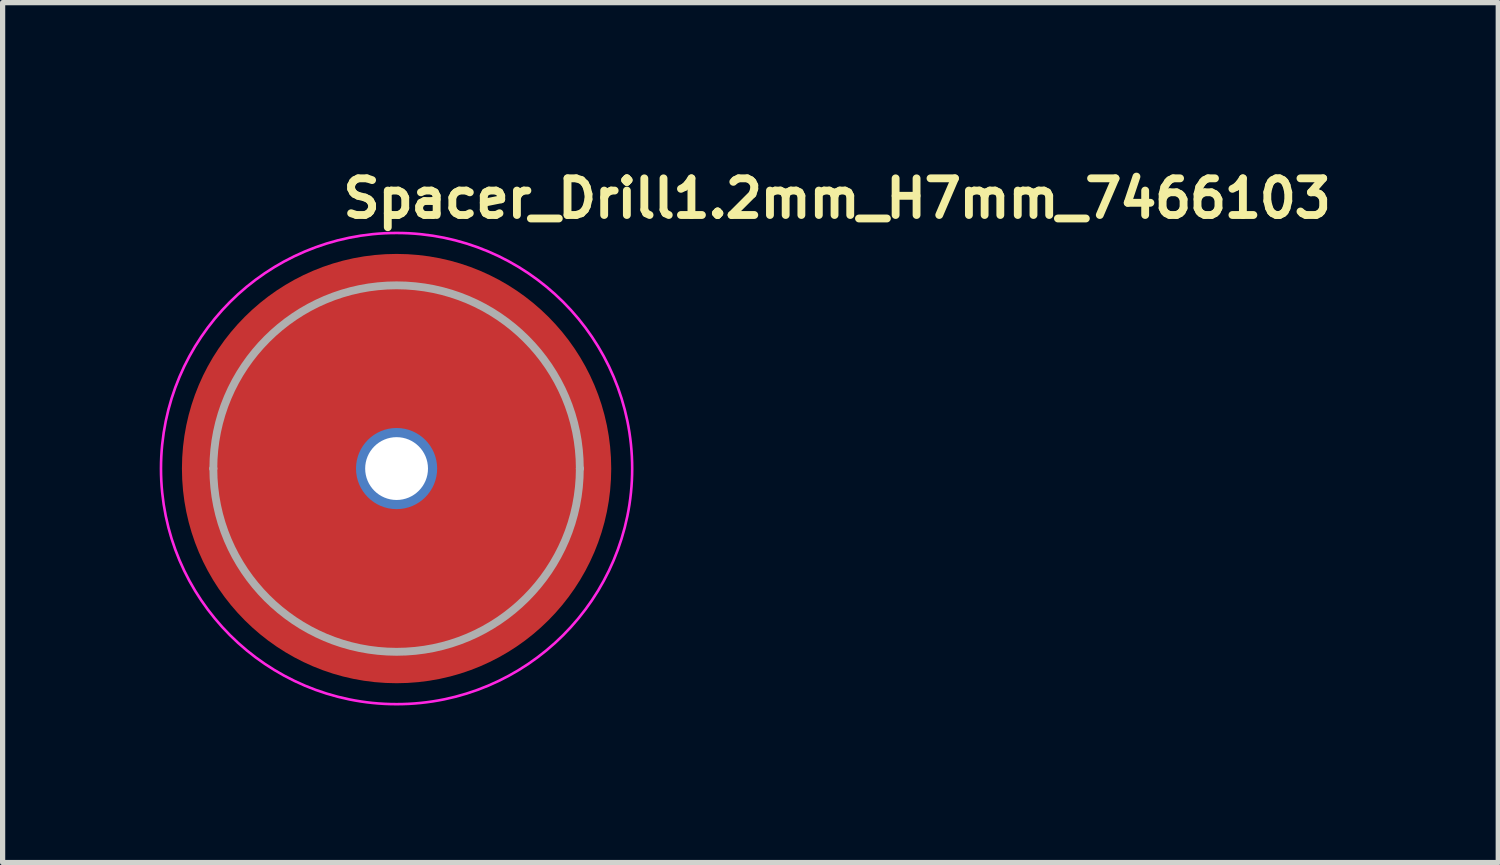
<source format=kicad_pcb>
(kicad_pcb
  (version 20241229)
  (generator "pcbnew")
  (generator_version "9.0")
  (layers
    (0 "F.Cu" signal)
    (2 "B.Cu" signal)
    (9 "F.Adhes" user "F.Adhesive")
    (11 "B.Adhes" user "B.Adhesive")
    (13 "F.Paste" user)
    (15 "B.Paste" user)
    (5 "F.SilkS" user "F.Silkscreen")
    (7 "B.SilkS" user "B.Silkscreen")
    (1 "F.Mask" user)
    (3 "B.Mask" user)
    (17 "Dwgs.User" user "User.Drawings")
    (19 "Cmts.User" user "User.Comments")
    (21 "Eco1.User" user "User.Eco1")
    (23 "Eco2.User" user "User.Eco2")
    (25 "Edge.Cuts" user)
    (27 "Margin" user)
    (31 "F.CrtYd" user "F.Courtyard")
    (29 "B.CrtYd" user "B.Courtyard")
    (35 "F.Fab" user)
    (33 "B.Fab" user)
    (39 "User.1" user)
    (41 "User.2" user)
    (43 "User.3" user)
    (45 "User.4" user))
  (footprint "Spacer_Drill1.2mm_H7mm_7466103"
    (layer "F.Cu")
    (at 4.525 5.9)
    (property "Reference" "Spacer_Drill1.2mm_H7mm_7466103" (at -1.1 -4.75 0) (layer "F.SilkS") (effects (font (size 0.7 0.7) (thickness 0.15)) (justify left bottom)))
    (attr through_hole)
    (fp_circle (center 0 0) (end 0 4.5) (stroke (width 0.05) (type default)) (fill no) (layer "F.CrtYd"))
    (fp_line (start -3.5 0) (end -3.5 0) (stroke (width 0.15) (type solid)) (layer "F.Fab"))
    (fp_line (start 3.5 0) (end 3.5 0) (stroke (width 0.15) (type solid)) (layer "F.Fab"))
    (fp_arc (start -3.5 0) (mid 0 -3.5) (end 3.5 0) (stroke (width 0.15) (type solid)) (layer "F.Fab"))
    (fp_arc (start 3.5 0) (mid 0 3.5) (end -3.5 0) (stroke (width 0.15) (type solid)) (layer "F.Fab"))
    (fp_circle (center 0 0) (end 4 2) (stroke (width 0.1) (type default)) (fill no) (layer "User.5"))
    (fp_line (start -3.5 0) (end -3.496 -0.167) (stroke (width 0.02) (type solid)) (layer "User.9"))
    (fp_line (start -3.496 -0.167) (end -3.484 -0.333) (stroke (width 0.02) (type solid)) (layer "User.9"))
    (fp_line (start -3.496 0.167) (end -3.5 0) (stroke (width 0.02) (type solid)) (layer "User.9"))
    (fp_line (start -3.484 -0.333) (end -3.464 -0.498) (stroke (width 0.02) (type solid)) (layer "User.9"))
    (fp_line (start -3.484 0.333) (end -3.496 0.167) (stroke (width 0.02) (type solid)) (layer "User.9"))
    (fp_line (start -3.464 -0.498) (end -3.437 -0.662) (stroke (width 0.02) (type solid)) (layer "User.9"))
    (fp_line (start -3.464 0.498) (end -3.484 0.333) (stroke (width 0.02) (type solid)) (layer "User.9"))
    (fp_line (start -3.437 -0.662) (end -3.401 -0.825) (stroke (width 0.02) (type solid)) (layer "User.9"))
    (fp_line (start -3.437 0.662) (end -3.464 0.498) (stroke (width 0.02) (type solid)) (layer "User.9"))
    (fp_line (start -3.401 -0.825) (end -3.358 -0.986) (stroke (width 0.02) (type solid)) (layer "User.9"))
    (fp_line (start -3.401 0.825) (end -3.437 0.662) (stroke (width 0.02) (type solid)) (layer "User.9"))
    (fp_line (start -3.358 -0.986) (end -3.308 -1.145) (stroke (width 0.02) (type solid)) (layer "User.9"))
    (fp_line (start -3.358 0.986) (end -3.401 0.825) (stroke (width 0.02) (type solid)) (layer "User.9"))
    (fp_line (start -3.308 -1.145) (end -3.249 -1.301) (stroke (width 0.02) (type solid)) (layer "User.9"))
    (fp_line (start -3.308 1.145) (end -3.358 0.986) (stroke (width 0.02) (type solid)) (layer "User.9"))
    (fp_line (start -3.249 -1.301) (end -3.184 -1.454) (stroke (width 0.02) (type solid)) (layer "User.9"))
    (fp_line (start -3.249 1.301) (end -3.308 1.145) (stroke (width 0.02) (type solid)) (layer "User.9"))
    (fp_line (start -3.184 -1.454) (end -3.111 -1.604) (stroke (width 0.02) (type solid)) (layer "User.9"))
    (fp_line (start -3.184 1.454) (end -3.249 1.301) (stroke (width 0.02) (type solid)) (layer "User.9"))
    (fp_line (start -3.111 -1.604) (end -3.031 -1.75) (stroke (width 0.02) (type solid)) (layer "User.9"))
    (fp_line (start -3.111 1.604) (end -3.184 1.454) (stroke (width 0.02) (type solid)) (layer "User.9"))
    (fp_line (start -3.031 -1.75) (end -2.944 -1.892) (stroke (width 0.02) (type solid)) (layer "User.9"))
    (fp_line (start -3.031 1.75) (end -3.111 1.604) (stroke (width 0.02) (type solid)) (layer "User.9"))
    (fp_line (start -2.944 -1.892) (end -2.851 -2.03) (stroke (width 0.02) (type solid)) (layer "User.9"))
    (fp_line (start -2.944 1.892) (end -3.031 1.75) (stroke (width 0.02) (type solid)) (layer "User.9"))
    (fp_line (start -2.851 -2.03) (end -2.751 -2.164) (stroke (width 0.02) (type solid)) (layer "User.9"))
    (fp_line (start -2.851 2.03) (end -2.944 1.892) (stroke (width 0.02) (type solid)) (layer "User.9"))
    (fp_line (start -2.751 -2.164) (end -2.645 -2.292) (stroke (width 0.02) (type solid)) (layer "User.9"))
    (fp_line (start -2.751 2.164) (end -2.851 2.03) (stroke (width 0.02) (type solid)) (layer "User.9"))
    (fp_line (start -2.645 -2.292) (end -2.533 -2.415) (stroke (width 0.02) (type solid)) (layer "User.9"))
    (fp_line (start -2.645 2.292) (end -2.751 2.164) (stroke (width 0.02) (type solid)) (layer "User.9"))
    (fp_line (start -2.533 -2.415) (end -2.415 -2.533) (stroke (width 0.02) (type solid)) (layer "User.9"))
    (fp_line (start -2.533 2.415) (end -2.645 2.292) (stroke (width 0.02) (type solid)) (layer "User.9"))
    (fp_line (start -2.415 -2.533) (end -2.292 -2.645) (stroke (width 0.02) (type solid)) (layer "User.9"))
    (fp_line (start -2.415 2.533) (end -2.533 2.415) (stroke (width 0.02) (type solid)) (layer "User.9"))
    (fp_line (start -2.292 -2.645) (end -2.164 -2.751) (stroke (width 0.02) (type solid)) (layer "User.9"))
    (fp_line (start -2.292 2.645) (end -2.415 2.533) (stroke (width 0.02) (type solid)) (layer "User.9"))
    (fp_line (start -2.164 -2.751) (end -2.03 -2.851) (stroke (width 0.02) (type solid)) (layer "User.9"))
    (fp_line (start -2.164 2.751) (end -2.292 2.645) (stroke (width 0.02) (type solid)) (layer "User.9"))
    (fp_line (start -2.03 -2.851) (end -1.892 -2.944) (stroke (width 0.02) (type solid)) (layer "User.9"))
    (fp_line (start -2.03 2.851) (end -2.164 2.751) (stroke (width 0.02) (type solid)) (layer "User.9"))
    (fp_line (start -1.892 -2.944) (end -1.75 -3.031) (stroke (width 0.02) (type solid)) (layer "User.9"))
    (fp_line (start -1.892 2.944) (end -2.03 2.851) (stroke (width 0.02) (type solid)) (layer "User.9"))
    (fp_line (start -1.75 -3.031) (end -1.604 -3.111) (stroke (width 0.02) (type solid)) (layer "User.9"))
    (fp_line (start -1.75 3.031) (end -1.892 2.944) (stroke (width 0.02) (type solid)) (layer "User.9"))
    (fp_line (start -1.604 -3.111) (end -1.454 -3.184) (stroke (width 0.02) (type solid)) (layer "User.9"))
    (fp_line (start -1.604 3.111) (end -1.75 3.031) (stroke (width 0.02) (type solid)) (layer "User.9"))
    (fp_line (start -1.454 -3.184) (end -1.301 -3.249) (stroke (width 0.02) (type solid)) (layer "User.9"))
    (fp_line (start -1.454 3.184) (end -1.604 3.111) (stroke (width 0.02) (type solid)) (layer "User.9"))
    (fp_line (start -1.301 -3.249) (end -1.145 -3.308) (stroke (width 0.02) (type solid)) (layer "User.9"))
    (fp_line (start -1.301 3.249) (end -1.454 3.184) (stroke (width 0.02) (type solid)) (layer "User.9"))
    (fp_line (start -1.145 -3.308) (end -0.986 -3.358) (stroke (width 0.02) (type solid)) (layer "User.9"))
    (fp_line (start -1.145 3.308) (end -1.301 3.249) (stroke (width 0.02) (type solid)) (layer "User.9"))
    (fp_line (start -0.986 -3.358) (end -0.825 -3.401) (stroke (width 0.02) (type solid)) (layer "User.9"))
    (fp_line (start -0.986 3.358) (end -1.145 3.308) (stroke (width 0.02) (type solid)) (layer "User.9"))
    (fp_line (start -0.825 -3.401) (end -0.662 -3.437) (stroke (width 0.02) (type solid)) (layer "User.9"))
    (fp_line (start -0.825 3.401) (end -0.986 3.358) (stroke (width 0.02) (type solid)) (layer "User.9"))
    (fp_line (start -0.662 -3.437) (end -0.498 -3.464) (stroke (width 0.02) (type solid)) (layer "User.9"))
    (fp_line (start -0.662 3.437) (end -0.825 3.401) (stroke (width 0.02) (type solid)) (layer "User.9"))
    (fp_line (start -0.5 0) (end -0.496 -0.063) (stroke (width 0.02) (type solid)) (layer "User.9"))
    (fp_line (start -0.498 -3.464) (end -0.333 -3.484) (stroke (width 0.02) (type solid)) (layer "User.9"))
    (fp_line (start -0.498 3.464) (end -0.662 3.437) (stroke (width 0.02) (type solid)) (layer "User.9"))
    (fp_line (start -0.496 -0.063) (end -0.484 -0.124) (stroke (width 0.02) (type solid)) (layer "User.9"))
    (fp_line (start -0.496 0.063) (end -0.5 0) (stroke (width 0.02) (type solid)) (layer "User.9"))
    (fp_line (start -0.484 -0.124) (end -0.465 -0.184) (stroke (width 0.02) (type solid)) (layer "User.9"))
    (fp_line (start -0.484 0.124) (end -0.496 0.063) (stroke (width 0.02) (type solid)) (layer "User.9"))
    (fp_line (start -0.465 -0.184) (end -0.438 -0.241) (stroke (width 0.02) (type solid)) (layer "User.9"))
    (fp_line (start -0.465 0.184) (end -0.484 0.124) (stroke (width 0.02) (type solid)) (layer "User.9"))
    (fp_line (start -0.438 -0.241) (end -0.405 -0.294) (stroke (width 0.02) (type solid)) (layer "User.9"))
    (fp_line (start -0.438 0.241) (end -0.465 0.184) (stroke (width 0.02) (type solid)) (layer "User.9"))
    (fp_line (start -0.405 -0.294) (end -0.364 -0.342) (stroke (width 0.02) (type solid)) (layer "User.9"))
    (fp_line (start -0.405 0.294) (end -0.438 0.241) (stroke (width 0.02) (type solid)) (layer "User.9"))
    (fp_line (start -0.364 -0.342) (end -0.319 -0.385) (stroke (width 0.02) (type solid)) (layer "User.9"))
    (fp_line (start -0.364 0.342) (end -0.405 0.294) (stroke (width 0.02) (type solid)) (layer "User.9"))
    (fp_line (start -0.333 -3.484) (end -0.167 -3.496) (stroke (width 0.02) (type solid)) (layer "User.9"))
    (fp_line (start -0.333 3.484) (end -0.498 3.464) (stroke (width 0.02) (type solid)) (layer "User.9"))
    (fp_line (start -0.319 -0.385) (end -0.268 -0.422) (stroke (width 0.02) (type solid)) (layer "User.9"))
    (fp_line (start -0.319 0.385) (end -0.364 0.342) (stroke (width 0.02) (type solid)) (layer "User.9"))
    (fp_line (start -0.268 -0.422) (end -0.213 -0.452) (stroke (width 0.02) (type solid)) (layer "User.9"))
    (fp_line (start -0.268 0.422) (end -0.319 0.385) (stroke (width 0.02) (type solid)) (layer "User.9"))
    (fp_line (start -0.213 -0.452) (end -0.155 -0.476) (stroke (width 0.02) (type solid)) (layer "User.9"))
    (fp_line (start -0.213 0.452) (end -0.268 0.422) (stroke (width 0.02) (type solid)) (layer "User.9"))
    (fp_line (start -0.167 -3.496) (end 0 -3.5) (stroke (width 0.02) (type solid)) (layer "User.9"))
    (fp_line (start -0.167 3.496) (end -0.333 3.484) (stroke (width 0.02) (type solid)) (layer "User.9"))
    (fp_line (start -0.155 -0.476) (end -0.094 -0.491) (stroke (width 0.02) (type solid)) (layer "User.9"))
    (fp_line (start -0.155 0.476) (end -0.213 0.452) (stroke (width 0.02) (type solid)) (layer "User.9"))
    (fp_line (start -0.094 -0.491) (end -0.031 -0.499) (stroke (width 0.02) (type solid)) (layer "User.9"))
    (fp_line (start -0.094 0.491) (end -0.155 0.476) (stroke (width 0.02) (type solid)) (layer "User.9"))
    (fp_line (start -0.031 -0.499) (end 0.031 -0.499) (stroke (width 0.02) (type solid)) (layer "User.9"))
    (fp_line (start -0.031 0.499) (end -0.094 0.491) (stroke (width 0.02) (type solid)) (layer "User.9"))
    (fp_line (start 0 -3.5) (end 0.167 -3.496) (stroke (width 0.02) (type solid)) (layer "User.9"))
    (fp_line (start 0 3.5) (end -0.167 3.496) (stroke (width 0.02) (type solid)) (layer "User.9"))
    (fp_line (start 0.031 -0.499) (end 0.094 -0.491) (stroke (width 0.02) (type solid)) (layer "User.9"))
    (fp_line (start 0.031 0.499) (end -0.031 0.499) (stroke (width 0.02) (type solid)) (layer "User.9"))
    (fp_line (start 0.094 -0.491) (end 0.155 -0.476) (stroke (width 0.02) (type solid)) (layer "User.9"))
    (fp_line (start 0.094 0.491) (end 0.031 0.499) (stroke (width 0.02) (type solid)) (layer "User.9"))
    (fp_line (start 0.155 -0.476) (end 0.213 -0.452) (stroke (width 0.02) (type solid)) (layer "User.9"))
    (fp_line (start 0.155 0.476) (end 0.094 0.491) (stroke (width 0.02) (type solid)) (layer "User.9"))
    (fp_line (start 0.167 -3.496) (end 0.333 -3.484) (stroke (width 0.02) (type solid)) (layer "User.9"))
    (fp_line (start 0.167 3.496) (end 0 3.5) (stroke (width 0.02) (type solid)) (layer "User.9"))
    (fp_line (start 0.213 -0.452) (end 0.268 -0.422) (stroke (width 0.02) (type solid)) (layer "User.9"))
    (fp_line (start 0.213 0.452) (end 0.155 0.476) (stroke (width 0.02) (type solid)) (layer "User.9"))
    (fp_line (start 0.268 -0.422) (end 0.319 -0.385) (stroke (width 0.02) (type solid)) (layer "User.9"))
    (fp_line (start 0.268 0.422) (end 0.213 0.452) (stroke (width 0.02) (type solid)) (layer "User.9"))
    (fp_line (start 0.319 -0.385) (end 0.364 -0.342) (stroke (width 0.02) (type solid)) (layer "User.9"))
    (fp_line (start 0.319 0.385) (end 0.268 0.422) (stroke (width 0.02) (type solid)) (layer "User.9"))
    (fp_line (start 0.333 -3.484) (end 0.498 -3.464) (stroke (width 0.02) (type solid)) (layer "User.9"))
    (fp_line (start 0.333 3.484) (end 0.167 3.496) (stroke (width 0.02) (type solid)) (layer "User.9"))
    (fp_line (start 0.364 -0.342) (end 0.405 -0.294) (stroke (width 0.02) (type solid)) (layer "User.9"))
    (fp_line (start 0.364 0.342) (end 0.319 0.385) (stroke (width 0.02) (type solid)) (layer "User.9"))
    (fp_line (start 0.405 -0.294) (end 0.438 -0.241) (stroke (width 0.02) (type solid)) (layer "User.9"))
    (fp_line (start 0.405 0.294) (end 0.364 0.342) (stroke (width 0.02) (type solid)) (layer "User.9"))
    (fp_line (start 0.438 -0.241) (end 0.465 -0.184) (stroke (width 0.02) (type solid)) (layer "User.9"))
    (fp_line (start 0.438 0.241) (end 0.405 0.294) (stroke (width 0.02) (type solid)) (layer "User.9"))
    (fp_line (start 0.465 -0.184) (end 0.484 -0.124) (stroke (width 0.02) (type solid)) (layer "User.9"))
    (fp_line (start 0.465 0.184) (end 0.438 0.241) (stroke (width 0.02) (type solid)) (layer "User.9"))
    (fp_line (start 0.484 -0.124) (end 0.496 -0.063) (stroke (width 0.02) (type solid)) (layer "User.9"))
    (fp_line (start 0.484 0.124) (end 0.465 0.184) (stroke (width 0.02) (type solid)) (layer "User.9"))
    (fp_line (start 0.496 -0.063) (end 0.5 0) (stroke (width 0.02) (type solid)) (layer "User.9"))
    (fp_line (start 0.496 0.063) (end 0.484 0.124) (stroke (width 0.02) (type solid)) (layer "User.9"))
    (fp_line (start 0.498 -3.464) (end 0.662 -3.437) (stroke (width 0.02) (type solid)) (layer "User.9"))
    (fp_line (start 0.498 3.464) (end 0.333 3.484) (stroke (width 0.02) (type solid)) (layer "User.9"))
    (fp_line (start 0.5 0) (end 0.496 0.063) (stroke (width 0.02) (type solid)) (layer "User.9"))
    (fp_line (start 0.662 -3.437) (end 0.825 -3.401) (stroke (width 0.02) (type solid)) (layer "User.9"))
    (fp_line (start 0.662 3.437) (end 0.498 3.464) (stroke (width 0.02) (type solid)) (layer "User.9"))
    (fp_line (start 0.825 -3.401) (end 0.986 -3.358) (stroke (width 0.02) (type solid)) (layer "User.9"))
    (fp_line (start 0.825 3.401) (end 0.662 3.437) (stroke (width 0.02) (type solid)) (layer "User.9"))
    (fp_line (start 0.986 -3.358) (end 1.145 -3.308) (stroke (width 0.02) (type solid)) (layer "User.9"))
    (fp_line (start 0.986 3.358) (end 0.825 3.401) (stroke (width 0.02) (type solid)) (layer "User.9"))
    (fp_line (start 1.145 -3.308) (end 1.301 -3.249) (stroke (width 0.02) (type solid)) (layer "User.9"))
    (fp_line (start 1.145 3.308) (end 0.986 3.358) (stroke (width 0.02) (type solid)) (layer "User.9"))
    (fp_line (start 1.301 -3.249) (end 1.454 -3.184) (stroke (width 0.02) (type solid)) (layer "User.9"))
    (fp_line (start 1.301 3.249) (end 1.145 3.308) (stroke (width 0.02) (type solid)) (layer "User.9"))
    (fp_line (start 1.454 -3.184) (end 1.604 -3.111) (stroke (width 0.02) (type solid)) (layer "User.9"))
    (fp_line (start 1.454 3.184) (end 1.301 3.249) (stroke (width 0.02) (type solid)) (layer "User.9"))
    (fp_line (start 1.604 -3.111) (end 1.75 -3.031) (stroke (width 0.02) (type solid)) (layer "User.9"))
    (fp_line (start 1.604 3.111) (end 1.454 3.184) (stroke (width 0.02) (type solid)) (layer "User.9"))
    (fp_line (start 1.75 -3.031) (end 1.892 -2.944) (stroke (width 0.02) (type solid)) (layer "User.9"))
    (fp_line (start 1.75 3.031) (end 1.604 3.111) (stroke (width 0.02) (type solid)) (layer "User.9"))
    (fp_line (start 1.892 -2.944) (end 2.03 -2.851) (stroke (width 0.02) (type solid)) (layer "User.9"))
    (fp_line (start 1.892 2.944) (end 1.75 3.031) (stroke (width 0.02) (type solid)) (layer "User.9"))
    (fp_line (start 2.03 -2.851) (end 2.164 -2.751) (stroke (width 0.02) (type solid)) (layer "User.9"))
    (fp_line (start 2.03 2.851) (end 1.892 2.944) (stroke (width 0.02) (type solid)) (layer "User.9"))
    (fp_line (start 2.164 -2.751) (end 2.292 -2.645) (stroke (width 0.02) (type solid)) (layer "User.9"))
    (fp_line (start 2.164 2.751) (end 2.03 2.851) (stroke (width 0.02) (type solid)) (layer "User.9"))
    (fp_line (start 2.292 -2.645) (end 2.415 -2.533) (stroke (width 0.02) (type solid)) (layer "User.9"))
    (fp_line (start 2.292 2.645) (end 2.164 2.751) (stroke (width 0.02) (type solid)) (layer "User.9"))
    (fp_line (start 2.415 -2.533) (end 2.533 -2.415) (stroke (width 0.02) (type solid)) (layer "User.9"))
    (fp_line (start 2.415 2.533) (end 2.292 2.645) (stroke (width 0.02) (type solid)) (layer "User.9"))
    (fp_line (start 2.533 -2.415) (end 2.645 -2.292) (stroke (width 0.02) (type solid)) (layer "User.9"))
    (fp_line (start 2.533 2.415) (end 2.415 2.533) (stroke (width 0.02) (type solid)) (layer "User.9"))
    (fp_line (start 2.645 -2.292) (end 2.751 -2.164) (stroke (width 0.02) (type solid)) (layer "User.9"))
    (fp_line (start 2.645 2.292) (end 2.533 2.415) (stroke (width 0.02) (type solid)) (layer "User.9"))
    (fp_line (start 2.751 -2.164) (end 2.851 -2.03) (stroke (width 0.02) (type solid)) (layer "User.9"))
    (fp_line (start 2.751 2.164) (end 2.645 2.292) (stroke (width 0.02) (type solid)) (layer "User.9"))
    (fp_line (start 2.851 -2.03) (end 2.944 -1.892) (stroke (width 0.02) (type solid)) (layer "User.9"))
    (fp_line (start 2.851 2.03) (end 2.751 2.164) (stroke (width 0.02) (type solid)) (layer "User.9"))
    (fp_line (start 2.944 -1.892) (end 3.031 -1.75) (stroke (width 0.02) (type solid)) (layer "User.9"))
    (fp_line (start 2.944 1.892) (end 2.851 2.03) (stroke (width 0.02) (type solid)) (layer "User.9"))
    (fp_line (start 3.031 -1.75) (end 3.111 -1.604) (stroke (width 0.02) (type solid)) (layer "User.9"))
    (fp_line (start 3.031 1.75) (end 2.944 1.892) (stroke (width 0.02) (type solid)) (layer "User.9"))
    (fp_line (start 3.111 -1.604) (end 3.184 -1.454) (stroke (width 0.02) (type solid)) (layer "User.9"))
    (fp_line (start 3.111 1.604) (end 3.031 1.75) (stroke (width 0.02) (type solid)) (layer "User.9"))
    (fp_line (start 3.184 -1.454) (end 3.249 -1.301) (stroke (width 0.02) (type solid)) (layer "User.9"))
    (fp_line (start 3.184 1.454) (end 3.111 1.604) (stroke (width 0.02) (type solid)) (layer "User.9"))
    (fp_line (start 3.249 -1.301) (end 3.308 -1.145) (stroke (width 0.02) (type solid)) (layer "User.9"))
    (fp_line (start 3.249 1.301) (end 3.184 1.454) (stroke (width 0.02) (type solid)) (layer "User.9"))
    (fp_line (start 3.308 -1.145) (end 3.358 -0.986) (stroke (width 0.02) (type solid)) (layer "User.9"))
    (fp_line (start 3.308 1.145) (end 3.249 1.301) (stroke (width 0.02) (type solid)) (layer "User.9"))
    (fp_line (start 3.358 -0.986) (end 3.401 -0.825) (stroke (width 0.02) (type solid)) (layer "User.9"))
    (fp_line (start 3.358 0.986) (end 3.308 1.145) (stroke (width 0.02) (type solid)) (layer "User.9"))
    (fp_line (start 3.401 -0.825) (end 3.437 -0.662) (stroke (width 0.02) (type solid)) (layer "User.9"))
    (fp_line (start 3.401 0.825) (end 3.358 0.986) (stroke (width 0.02) (type solid)) (layer "User.9"))
    (fp_line (start 3.437 -0.662) (end 3.464 -0.498) (stroke (width 0.02) (type solid)) (layer "User.9"))
    (fp_line (start 3.437 0.662) (end 3.401 0.825) (stroke (width 0.02) (type solid)) (layer "User.9"))
    (fp_line (start 3.464 -0.498) (end 3.484 -0.333) (stroke (width 0.02) (type solid)) (layer "User.9"))
    (fp_line (start 3.464 0.498) (end 3.437 0.662) (stroke (width 0.02) (type solid)) (layer "User.9"))
    (fp_line (start 3.484 -0.333) (end 3.496 -0.167) (stroke (width 0.02) (type solid)) (layer "User.9"))
    (fp_line (start 3.484 0.333) (end 3.464 0.498) (stroke (width 0.02) (type solid)) (layer "User.9"))
    (fp_line (start 3.496 -0.167) (end 3.5 0) (stroke (width 0.02) (type solid)) (layer "User.9"))
    (fp_line (start 3.496 0.167) (end 3.484 0.333) (stroke (width 0.02) (type solid)) (layer "User.9"))
    (fp_line (start 3.5 0) (end 3.496 0.167) (stroke (width 0.02) (type solid)) (layer "User.9"))
    (pad "1" thru_hole circle (at 0 0) (size 1.55 1.55) (drill 1.2) (layers "*.Cu" "*.Mask"))
    (pad "1" smd circle (at 0 0) (size 8.2 8.2) (layers "F.Cu" "F.Mask" "F.Paste")))
  (gr_rect
    (start -3 -3)
    (end 25.568 13.425)
    (stroke (width 0.1) (type default))
    (fill no)
    (layer "Edge.Cuts")))
</source>
